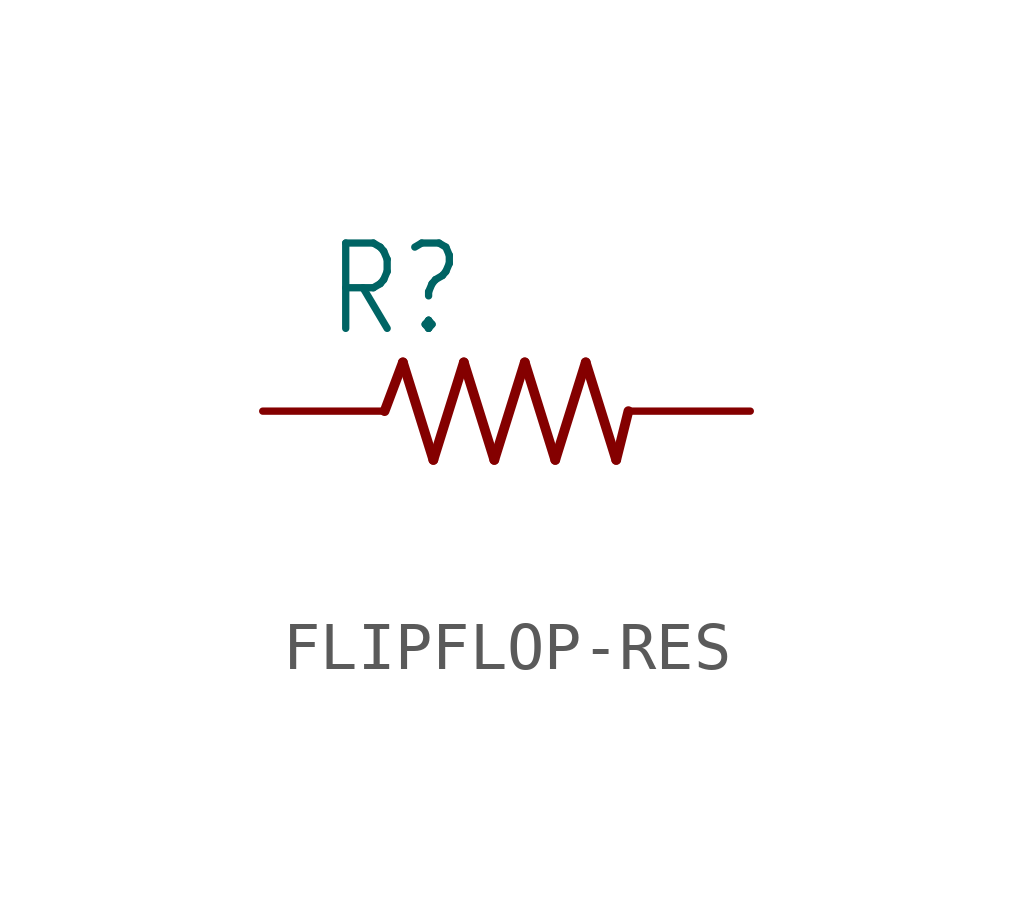
<source format=kicad_sym>
(kicad_symbol_lib
  (version 20231120)
  (generator "kicad_symbol_editor")
  (generator_version "8.0")
  (symbol "FLIPFLOP-RES"
    (property "Reference" "R"
      (at -3.81 1.499 0)
      (effects (font (size 1.778 1.511)) (justify left bottom)))
    (property "Value" ""
      (at -3.81 -3.302 0)
      (effects (font (size 1.778 1.511)) (justify left bottom)))
    (property "ki_locked" ""
      (at 0 0 0)
      (effects (font (size 1.27 1.27))))
    (symbol "FLIPFLOP-RES_1_0"
      (polyline (pts (xy -2.54 0) (xy -2.159 1.016)) (stroke (width 0.203) (type solid)) (fill (type none)))
      (polyline (pts (xy -2.159 1.016) (xy -1.524 -1.016)) (stroke (width 0.203) (type solid)) (fill (type none)))
      (polyline (pts (xy -1.524 -1.016) (xy -0.889 1.016)) (stroke (width 0.203) (type solid)) (fill (type none)))
      (polyline (pts (xy -0.889 1.016) (xy -0.254 -1.016)) (stroke (width 0.203) (type solid)) (fill (type none)))
      (polyline (pts (xy -0.254 -1.016) (xy 0.381 1.016)) (stroke (width 0.203) (type solid)) (fill (type none)))
      (polyline (pts (xy 0.381 1.016) (xy 1.016 -1.016)) (stroke (width 0.203) (type solid)) (fill (type none)))
      (polyline (pts (xy 1.016 -1.016) (xy 1.651 1.016)) (stroke (width 0.203) (type solid)) (fill (type none)))
      (polyline (pts (xy 1.651 1.016) (xy 2.286 -1.016)) (stroke (width 0.203) (type solid)) (fill (type none)))
      (polyline (pts (xy 2.286 -1.016) (xy 2.54 0)) (stroke (width 0.203) (type solid)) (fill (type none)))
      (pin passive line (at -5.08 0 0) (length 2.54) (name "1" (effects (font (size 0 0)))) (number "1" (effects (font (size 0 0)))))
      (pin passive line (at 5.08 0 180) (length 2.54) (name "2" (effects (font (size 0 0)))) (number "2" (effects (font (size 0 0))))))))
</source>
